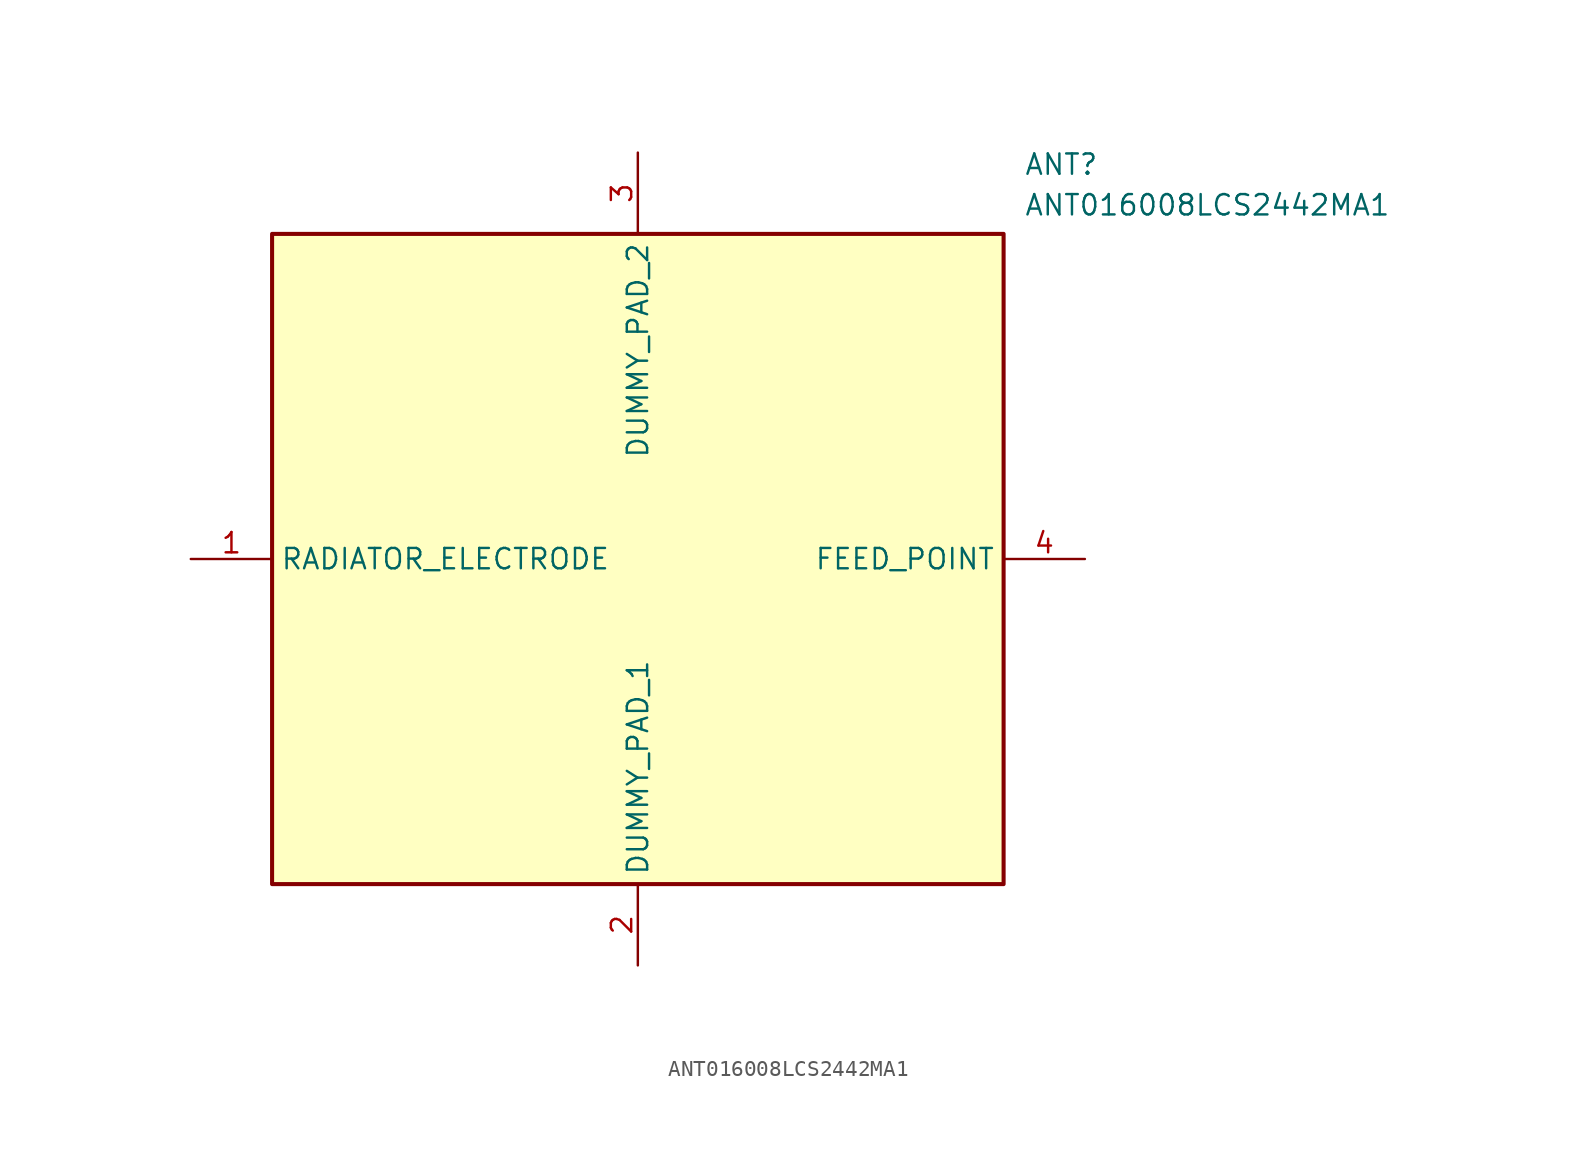
<source format=kicad_sym>
(kicad_symbol_lib
  (version 20211014)
  (generator SamacSys_ECAD_Model)
  (symbol "ANT016008LCS2442MA1"
    (property "Reference" "ANT"
      (at 52.07 25.4 0)
      (effects (font (size 1.27 1.27)) (justify left top)))
    (property "Value" "ANT016008LCS2442MA1"
      (at 52.07 22.86 0)
      (effects (font (size 1.27 1.27)) (justify left top)))
    (rectangle
      (start 5.08 20.32)
      (end 50.8 -20.32)
      (stroke (width 0.254) (type default))
      (fill (type background)))
    (pin passive line
      (at 0 0 0)
      (length 5.08)
      (name "RADIATOR_ELECTRODE" (effects (font (size 1.27 1.27))))
      (number "1" (effects (font (size 1.27 1.27)))))
    (pin passive line
      (at 27.94 -25.4 90)
      (length 5.08)
      (name "DUMMY_PAD_1" (effects (font (size 1.27 1.27))))
      (number "2" (effects (font (size 1.27 1.27)))))
    (pin passive line
      (at 27.94 25.4 270)
      (length 5.08)
      (name "DUMMY_PAD_2" (effects (font (size 1.27 1.27))))
      (number "3" (effects (font (size 1.27 1.27)))))
    (pin passive line
      (at 55.88 0 180)
      (length 5.08)
      (name "FEED_POINT" (effects (font (size 1.27 1.27))))
      (number "4" (effects (font (size 1.27 1.27)))))))
</source>
